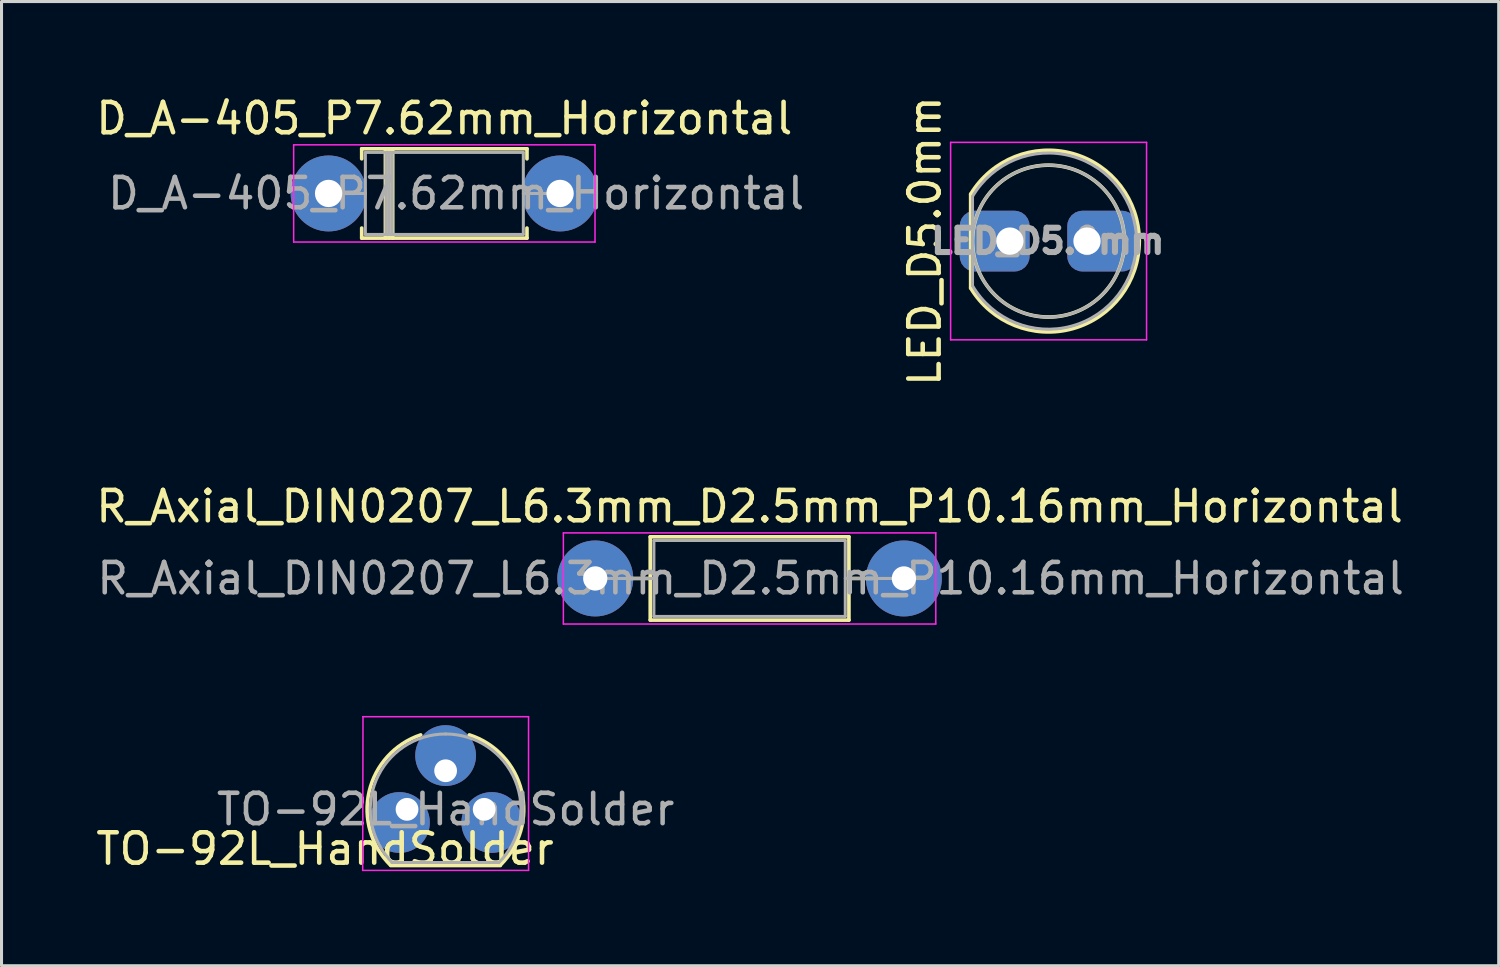
<source format=kicad_pcb>
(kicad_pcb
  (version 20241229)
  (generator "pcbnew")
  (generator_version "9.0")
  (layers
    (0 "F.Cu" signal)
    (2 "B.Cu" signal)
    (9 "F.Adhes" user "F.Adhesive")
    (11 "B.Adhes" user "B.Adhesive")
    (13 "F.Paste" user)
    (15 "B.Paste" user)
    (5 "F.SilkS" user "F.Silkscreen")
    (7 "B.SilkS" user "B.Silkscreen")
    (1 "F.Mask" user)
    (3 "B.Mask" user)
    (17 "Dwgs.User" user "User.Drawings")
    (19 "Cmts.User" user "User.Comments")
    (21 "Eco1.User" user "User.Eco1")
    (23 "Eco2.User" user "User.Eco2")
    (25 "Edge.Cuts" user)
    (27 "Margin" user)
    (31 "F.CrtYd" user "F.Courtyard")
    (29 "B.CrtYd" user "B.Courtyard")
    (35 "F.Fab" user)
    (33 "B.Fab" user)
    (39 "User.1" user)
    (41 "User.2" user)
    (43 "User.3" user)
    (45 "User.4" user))
  (footprint "R_Axial_DIN0207_L6.3mm_D2.5mm_P10.16mm_Horizontal"
    (layer "F.Cu")
    (at 16.545 15.992)
    (property "Reference" "R_Axial_DIN0207_L6.3mm_D2.5mm_P10.16mm_Horizontal" (at 5.08 -2.37 180) (layer "F.SilkS") (effects (font (size 1 1) (thickness 0.15))))
    (attr through_hole)
    (fp_line (start 1.04 0) (end 1.81 0) (stroke (width 0.12) (type solid)) (layer "F.SilkS"))
    (fp_line (start 1.81 -1.37) (end 1.81 1.37) (stroke (width 0.12) (type solid)) (layer "F.SilkS"))
    (fp_line (start 1.81 1.37) (end 8.35 1.37) (stroke (width 0.12) (type solid)) (layer "F.SilkS"))
    (fp_line (start 8.35 -1.37) (end 1.81 -1.37) (stroke (width 0.12) (type solid)) (layer "F.SilkS"))
    (fp_line (start 8.35 1.37) (end 8.35 -1.37) (stroke (width 0.12) (type solid)) (layer "F.SilkS"))
    (fp_line (start 9.12 0) (end 8.35 0) (stroke (width 0.12) (type solid)) (layer "F.SilkS"))
    (fp_line (start -1.05 -1.5) (end -1.05 1.5) (stroke (width 0.05) (type solid)) (layer "F.CrtYd"))
    (fp_line (start -1.05 1.5) (end 11.21 1.5) (stroke (width 0.05) (type solid)) (layer "F.CrtYd"))
    (fp_line (start 11.21 -1.5) (end -1.05 -1.5) (stroke (width 0.05) (type solid)) (layer "F.CrtYd"))
    (fp_line (start 11.21 1.5) (end 11.21 -1.5) (stroke (width 0.05) (type solid)) (layer "F.CrtYd"))
    (fp_line (start 0 0) (end 1.93 0) (stroke (width 0.1) (type solid)) (layer "F.Fab"))
    (fp_line (start 1.93 -1.25) (end 1.93 1.25) (stroke (width 0.1) (type solid)) (layer "F.Fab"))
    (fp_line (start 1.93 1.25) (end 8.23 1.25) (stroke (width 0.1) (type solid)) (layer "F.Fab"))
    (fp_line (start 8.23 -1.25) (end 1.93 -1.25) (stroke (width 0.1) (type solid)) (layer "F.Fab"))
    (fp_line (start 8.23 1.25) (end 8.23 -1.25) (stroke (width 0.1) (type solid)) (layer "F.Fab"))
    (fp_line (start 10.16 0) (end 8.23 0) (stroke (width 0.1) (type solid)) (layer "F.Fab"))
    (fp_text user "${REFERENCE}" (at 5.115 0 180) (layer "F.Fab") (effects (font (size 1 1) (thickness 0.15))))
    (pad "1" thru_hole circle (at 0 0) (size 2.5 2.5) (drill 0.8) (layers "*.Cu" "*.Mask"))
    (pad "2" thru_hole circle (at 10.16 0) (size 2.5 2.5) (drill 0.8) (layers "*.Cu" "*.Mask")))
  (footprint "TO-92L_HandSolder"
    (layer "F.Cu")
    (at 10.349 23.592)
    (property "Reference" "TO-92L_HandSolder" (at -2.7 1.3 180) (layer "F.SilkS") (effects (font (size 1 1) (thickness 0.15))))
    (attr through_hole)
    (fp_line (start -0.53 1.85) (end 3.07 1.85) (stroke (width 0.12) (type solid)) (layer "F.SilkS"))
    (fp_arc (start -0.541453 1.842156) (mid -1.247298 -0.581475) (end 0.45 -2.45) (stroke (width 0.12) (type solid)) (layer "F.SilkS"))
    (fp_arc (start 2.05 -2.45) (mid 3.769931 -0.601036) (end 3.078445 1.827684) (stroke (width 0.12) (type solid)) (layer "F.SilkS"))
    (fp_line (start -1.46 -3.05) (end 4 -3.05) (stroke (width 0.05) (type solid)) (layer "F.CrtYd"))
    (fp_line (start -1.45 -3.05) (end -1.46 2.01) (stroke (width 0.05) (type solid)) (layer "F.CrtYd"))
    (fp_line (start 4 2.01) (end -1.46 2.01) (stroke (width 0.05) (type solid)) (layer "F.CrtYd"))
    (fp_line (start 4 2.01) (end 4 -3.05) (stroke (width 0.05) (type solid)) (layer "F.CrtYd"))
    (fp_line (start -0.5 1.75) (end 3 1.75) (stroke (width 0.1) (type solid)) (layer "F.Fab"))
    (fp_arc (start -0.483625 1.753625) (mid -1.021221 -0.949055) (end 1.27 -2.48) (stroke (width 0.1) (type solid)) (layer "F.Fab"))
    (fp_arc (start 1.27 -2.48) (mid 3.561221 -0.949055) (end 3.023625 1.753625) (stroke (width 0.1) (type solid)) (layer "F.Fab"))
    (fp_text user "${REFERENCE}" (at 1.27 0 180) (layer "F.Fab") (effects (font (size 1 1) (thickness 0.15))))
    (pad "1" thru_hole oval (at 0 0 330) (size 2 2) (drill 0.75 (offset 0 0.5)) (layers "*.Cu" "*.Mask"))
    (pad "2" thru_hole oval (at 1.27 -1.27) (size 2 2) (drill 0.75 (offset 0 -0.5)) (layers "*.Cu" "*.Mask"))
    (pad "3" thru_hole oval (at 2.54 0 30) (size 2 2) (drill 0.75 (offset 0 0.5)) (layers "*.Cu" "*.Mask")))
  (footprint "D_A-405_P7.62mm_Horizontal"
    (layer "F.Cu")
    (at 7.767 3.318)
    (property "Reference" "D_A-405_P7.62mm_Horizontal" (at 3.81 -2.47 0) (layer "F.SilkS") (effects (font (size 1 1) (thickness 0.15))))
    (attr through_hole)
    (fp_line (start 1.09 -1.47) (end 6.53 -1.47) (stroke (width 0.12) (type solid)) (layer "F.SilkS"))
    (fp_line (start 1.09 -1.14) (end 1.09 -1.47) (stroke (width 0.12) (type solid)) (layer "F.SilkS"))
    (fp_line (start 1.09 1.14) (end 1.09 1.47) (stroke (width 0.12) (type solid)) (layer "F.SilkS"))
    (fp_line (start 1.09 1.47) (end 6.53 1.47) (stroke (width 0.12) (type solid)) (layer "F.SilkS"))
    (fp_line (start 1.87 -1.47) (end 1.87 1.47) (stroke (width 0.12) (type solid)) (layer "F.SilkS"))
    (fp_line (start 1.99 -1.47) (end 1.99 1.47) (stroke (width 0.12) (type solid)) (layer "F.SilkS"))
    (fp_line (start 2.11 -1.47) (end 2.11 1.47) (stroke (width 0.12) (type solid)) (layer "F.SilkS"))
    (fp_line (start 6.53 -1.47) (end 6.53 -1.14) (stroke (width 0.12) (type solid)) (layer "F.SilkS"))
    (fp_line (start 6.53 1.47) (end 6.53 1.14) (stroke (width 0.12) (type solid)) (layer "F.SilkS"))
    (fp_line (start -1.15 -1.6) (end -1.15 1.6) (stroke (width 0.05) (type solid)) (layer "F.CrtYd"))
    (fp_line (start -1.15 1.6) (end 8.77 1.6) (stroke (width 0.05) (type solid)) (layer "F.CrtYd"))
    (fp_line (start 8.77 -1.6) (end -1.15 -1.6) (stroke (width 0.05) (type solid)) (layer "F.CrtYd"))
    (fp_line (start 8.77 1.6) (end 8.77 -1.6) (stroke (width 0.05) (type solid)) (layer "F.CrtYd"))
    (fp_line (start 0 0) (end 1.21 0) (stroke (width 0.1) (type solid)) (layer "F.Fab"))
    (fp_line (start 1.21 -1.35) (end 1.21 1.35) (stroke (width 0.1) (type solid)) (layer "F.Fab"))
    (fp_line (start 1.21 1.35) (end 6.41 1.35) (stroke (width 0.1) (type solid)) (layer "F.Fab"))
    (fp_line (start 1.89 -1.35) (end 1.89 1.35) (stroke (width 0.1) (type solid)) (layer "F.Fab"))
    (fp_line (start 1.99 -1.35) (end 1.99 1.35) (stroke (width 0.1) (type solid)) (layer "F.Fab"))
    (fp_line (start 2.09 -1.35) (end 2.09 1.35) (stroke (width 0.1) (type solid)) (layer "F.Fab"))
    (fp_line (start 6.41 -1.35) (end 1.21 -1.35) (stroke (width 0.1) (type solid)) (layer "F.Fab"))
    (fp_line (start 6.41 1.35) (end 6.41 -1.35) (stroke (width 0.1) (type solid)) (layer "F.Fab"))
    (fp_line (start 7.62 0) (end 6.41 0) (stroke (width 0.1) (type solid)) (layer "F.Fab"))
    (fp_text user "${REFERENCE}" (at 4.2 0 0) (layer "F.Fab") (effects (font (size 1 1) (thickness 0.15))))
    (pad "1" thru_hole circle (at 0 0) (size 2.5 2.5) (drill 0.9) (layers "*.Cu" "*.Mask"))
    (pad "2" thru_hole circle (at 7.62 0) (size 2.5 2.5) (drill 0.9) (layers "*.Cu" "*.Mask")))
  (footprint "LED_D5.0mm"
    (layer "F.Cu")
    (at 30.193 4.887)
    (property "Reference" "LED_D5.0mm" (at -2.8 0 90) (layer "F.SilkS") (effects (font (size 1 1) (thickness 0.15))))
    (attr through_hole)
    (fp_line (start -1.29 -1.545) (end -1.29 1.545) (stroke (width 0.12) (type solid)) (layer "F.SilkS"))
    (fp_arc (start -1.29 -1.54483) (mid 2.072002 -2.880433) (end 4.26 0.000462) (stroke (width 0.12) (type solid)) (layer "F.SilkS"))
    (fp_arc (start 4.26 -0.000462) (mid 2.072002 2.880433) (end -1.29 1.54483) (stroke (width 0.12) (type solid)) (layer "F.SilkS"))
    (fp_circle (center 1.27 0) (end 3.77 0) (stroke (width 0.12) (type solid)) (fill no) (layer "F.SilkS"))
    (fp_line (start -1.95 -3.25) (end -1.95 3.25) (stroke (width 0.05) (type solid)) (layer "F.CrtYd"))
    (fp_line (start -1.95 3.25) (end 4.5 3.25) (stroke (width 0.05) (type solid)) (layer "F.CrtYd"))
    (fp_line (start 4.5 -3.25) (end -1.95 -3.25) (stroke (width 0.05) (type solid)) (layer "F.CrtYd"))
    (fp_line (start 4.5 3.25) (end 4.5 -3.25) (stroke (width 0.05) (type solid)) (layer "F.CrtYd"))
    (fp_line (start -1.23 -1.47) (end -1.23 1.47) (stroke (width 0.1) (type solid)) (layer "F.Fab"))
    (fp_arc (start -1.23 -1.469694) (mid 4.17 0.000016) (end -1.230016 1.469666) (stroke (width 0.1) (type solid)) (layer "F.Fab"))
    (fp_circle (center 1.27 0) (end 3.77 0) (stroke (width 0.1) (type solid)) (fill no) (layer "F.Fab"))
    (fp_text user "${REFERENCE}" (at 1.25 0 0) (layer "F.Fab") (effects (font (size 0.8 0.8) (thickness 0.2))))
    (pad "1" thru_hole roundrect (at 0 0) (size 2.3 2) (drill 0.9 (offset -0.5 0)) (layers "*.Cu" "*.Mask") (roundrect_rratio 0.25))
    (pad "2" thru_hole roundrect (at 2.54 0) (size 2.3 2) (drill 0.9 (offset 0.5 0)) (layers "*.Cu" "*.Mask") (roundrect_rratio 0.25)))
  (gr_rect
    (start -3 -3)
    (end 46.285 28.74)
    (stroke (width 0.1) (type default))
    (fill no)
    (layer "Edge.Cuts")))
</source>
